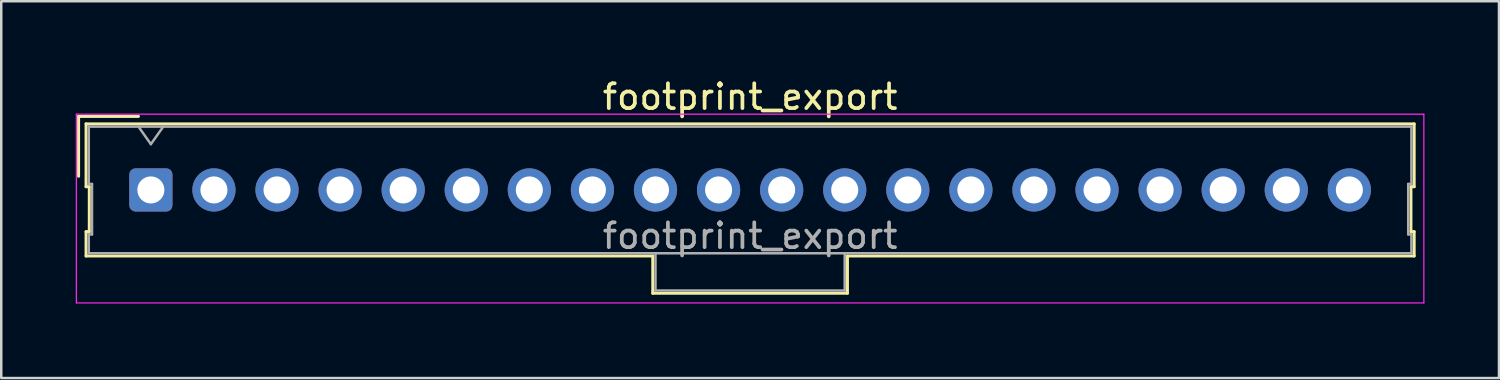
<source format=kicad_pcb>
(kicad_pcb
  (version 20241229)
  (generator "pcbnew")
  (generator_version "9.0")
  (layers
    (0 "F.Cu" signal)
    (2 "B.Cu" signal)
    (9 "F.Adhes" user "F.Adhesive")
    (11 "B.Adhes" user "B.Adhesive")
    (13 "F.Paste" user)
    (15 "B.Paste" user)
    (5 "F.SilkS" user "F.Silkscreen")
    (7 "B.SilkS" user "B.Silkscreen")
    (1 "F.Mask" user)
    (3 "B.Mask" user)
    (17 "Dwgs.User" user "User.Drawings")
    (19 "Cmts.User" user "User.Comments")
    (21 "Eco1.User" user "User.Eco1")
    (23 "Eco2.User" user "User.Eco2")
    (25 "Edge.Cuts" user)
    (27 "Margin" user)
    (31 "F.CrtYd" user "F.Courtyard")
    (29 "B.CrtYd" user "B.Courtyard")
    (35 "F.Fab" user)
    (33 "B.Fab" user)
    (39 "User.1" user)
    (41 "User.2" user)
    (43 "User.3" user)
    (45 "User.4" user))
  (footprint "footprint_export"
    (layer "F.Cu")
    (at 3.025 4.598)
    (property "Reference" "footprint_export" (at 24.13 -3.75 0) (layer "F.SilkS") (effects (font (size 1 1) (thickness 0.15))))
    (attr through_hole)
    (fp_line (start -2.91 -2.96) (end -0.5 -2.96) (stroke (width 0.12) (type solid)) (layer "F.SilkS"))
    (fp_line (start -2.91 -0.55) (end -2.91 -2.96) (stroke (width 0.12) (type solid)) (layer "F.SilkS"))
    (fp_line (start -2.61 -2.66) (end -2.61 -0.13) (stroke (width 0.12) (type solid)) (layer "F.SilkS"))
    (fp_line (start -2.61 -0.13) (end -2.48 -0.13) (stroke (width 0.12) (type solid)) (layer "F.SilkS"))
    (fp_line (start -2.61 1.68) (end -2.61 2.66) (stroke (width 0.12) (type solid)) (layer "F.SilkS"))
    (fp_line (start -2.61 2.66) (end 20.21 2.66) (stroke (width 0.12) (type solid)) (layer "F.SilkS"))
    (fp_line (start -2.48 -0.13) (end -2.48 1.68) (stroke (width 0.12) (type solid)) (layer "F.SilkS"))
    (fp_line (start -2.48 1.68) (end -2.61 1.68) (stroke (width 0.12) (type solid)) (layer "F.SilkS"))
    (fp_line (start 20.21 2.66) (end 20.21 4.16) (stroke (width 0.12) (type solid)) (layer "F.SilkS"))
    (fp_line (start 20.21 4.16) (end 28.05 4.16) (stroke (width 0.12) (type solid)) (layer "F.SilkS"))
    (fp_line (start 28.05 2.66) (end 50.87 2.66) (stroke (width 0.12) (type solid)) (layer "F.SilkS"))
    (fp_line (start 28.05 4.16) (end 28.05 2.66) (stroke (width 0.12) (type solid)) (layer "F.SilkS"))
    (fp_line (start 50.74 -0.13) (end 50.87 -0.13) (stroke (width 0.12) (type solid)) (layer "F.SilkS"))
    (fp_line (start 50.74 1.68) (end 50.74 -0.13) (stroke (width 0.12) (type solid)) (layer "F.SilkS"))
    (fp_line (start 50.87 -2.66) (end -2.61 -2.66) (stroke (width 0.12) (type solid)) (layer "F.SilkS"))
    (fp_line (start 50.87 -0.13) (end 50.87 -2.66) (stroke (width 0.12) (type solid)) (layer "F.SilkS"))
    (fp_line (start 50.87 1.68) (end 50.74 1.68) (stroke (width 0.12) (type solid)) (layer "F.SilkS"))
    (fp_line (start 50.87 2.66) (end 50.87 1.68) (stroke (width 0.12) (type solid)) (layer "F.SilkS"))
    (fp_line (start -3 -3.05) (end -3 4.55) (stroke (width 0.05) (type solid)) (layer "F.CrtYd"))
    (fp_line (start -3 4.55) (end 51.26 4.55) (stroke (width 0.05) (type solid)) (layer "F.CrtYd"))
    (fp_line (start 51.26 -3.05) (end -3 -3.05) (stroke (width 0.05) (type solid)) (layer "F.CrtYd"))
    (fp_line (start 51.26 4.55) (end 51.26 -3.05) (stroke (width 0.05) (type solid)) (layer "F.CrtYd"))
    (fp_line (start -2.5 -2.55) (end -2.5 -0.24) (stroke (width 0.1) (type solid)) (layer "F.Fab"))
    (fp_line (start -2.5 -0.24) (end -2.37 -0.24) (stroke (width 0.1) (type solid)) (layer "F.Fab"))
    (fp_line (start -2.5 1.79) (end -2.5 2.55) (stroke (width 0.1) (type solid)) (layer "F.Fab"))
    (fp_line (start -2.5 2.55) (end 50.76 2.55) (stroke (width 0.1) (type solid)) (layer "F.Fab"))
    (fp_line (start -2.37 -0.24) (end -2.37 1.79) (stroke (width 0.1) (type solid)) (layer "F.Fab"))
    (fp_line (start -2.37 1.79) (end -2.5 1.79) (stroke (width 0.1) (type solid)) (layer "F.Fab"))
    (fp_line (start 0 -1.843) (end -0.5 -2.55) (stroke (width 0.1) (type solid)) (layer "F.Fab"))
    (fp_line (start 0.5 -2.55) (end 0 -1.843) (stroke (width 0.1) (type solid)) (layer "F.Fab"))
    (fp_line (start 20.32 2.55) (end 20.32 4.05) (stroke (width 0.1) (type solid)) (layer "F.Fab"))
    (fp_line (start 20.32 4.05) (end 27.94 4.05) (stroke (width 0.1) (type solid)) (layer "F.Fab"))
    (fp_line (start 27.94 4.05) (end 27.94 2.55) (stroke (width 0.1) (type solid)) (layer "F.Fab"))
    (fp_line (start 50.63 -0.24) (end 50.76 -0.24) (stroke (width 0.1) (type solid)) (layer "F.Fab"))
    (fp_line (start 50.63 1.79) (end 50.63 -0.24) (stroke (width 0.1) (type solid)) (layer "F.Fab"))
    (fp_line (start 50.76 -2.55) (end -2.5 -2.55) (stroke (width 0.1) (type solid)) (layer "F.Fab"))
    (fp_line (start 50.76 -0.24) (end 50.76 -2.55) (stroke (width 0.1) (type solid)) (layer "F.Fab"))
    (fp_line (start 50.76 1.79) (end 50.63 1.79) (stroke (width 0.1) (type solid)) (layer "F.Fab"))
    (fp_line (start 50.76 2.55) (end 50.76 1.79) (stroke (width 0.1) (type solid)) (layer "F.Fab"))
    (fp_text user "${REFERENCE}" (at 24.13 1.85 0) (layer "F.Fab") (effects (font (size 1 1) (thickness 0.15))))
    (pad "1" thru_hole roundrect (at 0 0) (size 1.74 1.74) (drill 1.09) (layers "*.Cu" "*.Mask") (roundrect_rratio 0.144))
    (pad "2" thru_hole circle (at 2.54 0) (size 1.74 1.74) (drill 1.09) (layers "*.Cu" "*.Mask"))
    (pad "3" thru_hole circle (at 5.08 0) (size 1.74 1.74) (drill 1.09) (layers "*.Cu" "*.Mask"))
    (pad "4" thru_hole circle (at 7.62 0) (size 1.74 1.74) (drill 1.09) (layers "*.Cu" "*.Mask"))
    (pad "5" thru_hole circle (at 10.16 0) (size 1.74 1.74) (drill 1.09) (layers "*.Cu" "*.Mask"))
    (pad "6" thru_hole circle (at 12.7 0) (size 1.74 1.74) (drill 1.09) (layers "*.Cu" "*.Mask"))
    (pad "7" thru_hole circle (at 15.24 0) (size 1.74 1.74) (drill 1.09) (layers "*.Cu" "*.Mask"))
    (pad "8" thru_hole circle (at 17.78 0) (size 1.74 1.74) (drill 1.09) (layers "*.Cu" "*.Mask"))
    (pad "9" thru_hole circle (at 20.32 0) (size 1.74 1.74) (drill 1.09) (layers "*.Cu" "*.Mask"))
    (pad "10" thru_hole circle (at 22.86 0) (size 1.74 1.74) (drill 1.09) (layers "*.Cu" "*.Mask"))
    (pad "11" thru_hole circle (at 25.4 0) (size 1.74 1.74) (drill 1.09) (layers "*.Cu" "*.Mask"))
    (pad "12" thru_hole circle (at 27.94 0) (size 1.74 1.74) (drill 1.09) (layers "*.Cu" "*.Mask"))
    (pad "13" thru_hole circle (at 30.48 0) (size 1.74 1.74) (drill 1.09) (layers "*.Cu" "*.Mask"))
    (pad "14" thru_hole circle (at 33.02 0) (size 1.74 1.74) (drill 1.09) (layers "*.Cu" "*.Mask"))
    (pad "15" thru_hole circle (at 35.56 0) (size 1.74 1.74) (drill 1.09) (layers "*.Cu" "*.Mask"))
    (pad "16" thru_hole circle (at 38.1 0) (size 1.74 1.74) (drill 1.09) (layers "*.Cu" "*.Mask"))
    (pad "17" thru_hole circle (at 40.64 0) (size 1.74 1.74) (drill 1.09) (layers "*.Cu" "*.Mask"))
    (pad "18" thru_hole circle (at 43.18 0) (size 1.74 1.74) (drill 1.09) (layers "*.Cu" "*.Mask"))
    (pad "19" thru_hole circle (at 45.72 0) (size 1.74 1.74) (drill 1.09) (layers "*.Cu" "*.Mask"))
    (pad "20" thru_hole circle (at 48.26 0) (size 1.74 1.74) (drill 1.09) (layers "*.Cu" "*.Mask")))
  (gr_rect
    (start -3 -3)
    (end 57.31 12.173)
    (stroke (width 0.1) (type default))
    (fill no)
    (layer "Edge.Cuts")))
</source>
